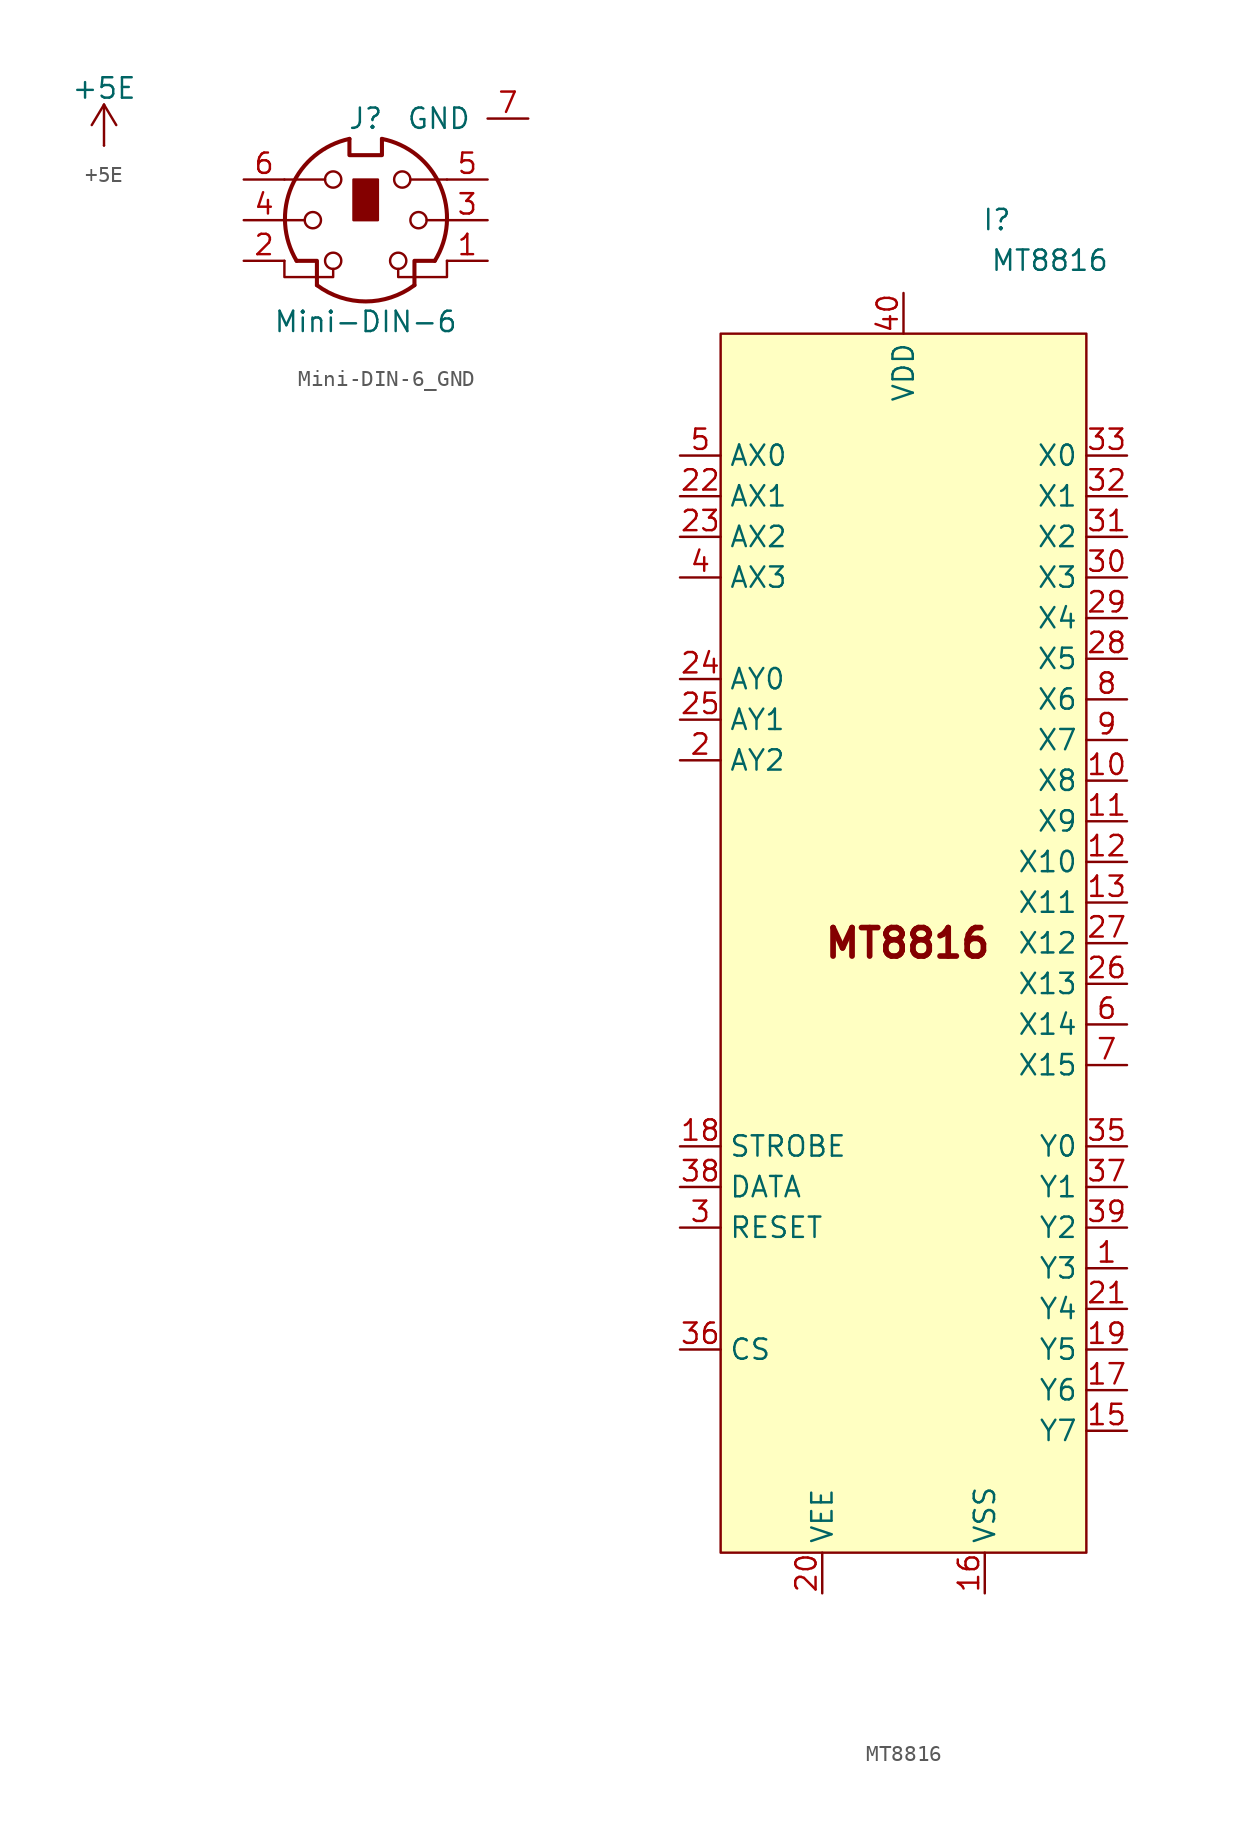
<source format=kicad_sym>
(kicad_symbol_lib
  (version 20241209)
  (generator "kicad_symbol_editor")
  (generator_version "9.0")
  (symbol "+5E"
    (power)
    (pin_numbers
      (hide yes))
    (pin_names
      (offset 0)
      (hide yes))
    (property "Reference" "#PWR"
      (at 0 -3.81 0)
      (effects (font (size 1.27 1.27)) (hide yes)))
    (property "Value" "+5E"
      (at 0 3.556 0)
      (effects (font (size 1.27 1.27))))
    (symbol "+5E_0_1"
      (polyline (pts (xy -0.762 1.27) (xy 0 2.54)) (stroke (width 0) (type default)) (fill (type none)))
      (polyline (pts (xy 0 2.54) (xy 0.762 1.27)) (stroke (width 0) (type default)) (fill (type none)))
      (polyline (pts (xy 0 0) (xy 0 2.54)) (stroke (width 0) (type default)) (fill (type none))))
    (symbol "+5E_1_1"
      (pin power_in line (at 0 0 90) (length 0) (name "~" (effects (font (size 1.27 1.27)))) (number "1" (effects (font (size 1.27 1.27)))))))
  (symbol "Mini-DIN-6_GND"
    (pin_names
      (offset 1.016))
    (property "Reference" "J"
      (at 0 6.35 0)
      (effects (font (size 1.27 1.27))))
    (property "Value" "Mini-DIN-6"
      (at 0 -6.35 0)
      (effects (font (size 1.27 1.27))))
    (symbol "Mini-DIN-6_GND_0_1"
      (polyline (pts (xy -4.318 -2.54) (xy -3.048 -2.54) (xy -3.048 -4.064)) (stroke (width 0.254) (type default)) (fill (type none)))
      (polyline (pts (xy -3.81 0) (xy -5.08 0)) (stroke (width 0) (type default)) (fill (type none)))
      (circle (center -3.302 0) (radius 0.508) (stroke (width 0) (type default)) (fill (type none)))
      (polyline (pts (xy -2.54 2.54) (xy -5.08 2.54)) (stroke (width 0) (type default)) (fill (type none)))
      (circle (center -2.032 2.54) (radius 0.508) (stroke (width 0) (type default)) (fill (type none)))
      (circle (center -2.032 -2.54) (radius 0.508) (stroke (width 0) (type default)) (fill (type none)))
      (polyline (pts (xy -2.032 -3.048) (xy -2.032 -3.556) (xy -5.08 -3.556) (xy -5.08 -2.54)) (stroke (width 0) (type default)) (fill (type none)))
      (polyline (pts (xy -1.016 5.08) (xy -1.016 4.064) (xy 1.016 4.064) (xy 1.016 5.08)) (stroke (width 0.254) (type default)) (fill (type none)))
      (rectangle (start -0.762 2.54) (end 0.762 0) (stroke (width 0) (type default)) (fill (type outline)))
      (arc (start 3.048 -4.064) (mid 0 -5.08) (end -3.048 -4.064) (stroke (width 0.254) (type default)) (fill (type none)))
      (arc (start 1.016 5.08) (mid 4.6646 2.1356) (end 4.318 -2.54) (stroke (width 0.254) (type default)) (fill (type none)))
      (arc (start -4.318 -2.54) (mid -4.6241 2.1181) (end -1.016 5.08) (stroke (width 0.254) (type default)) (fill (type none)))
      (circle (center 2.032 -2.54) (radius 0.508) (stroke (width 0) (type default)) (fill (type none)))
      (polyline (pts (xy 2.032 -3.048) (xy 2.032 -3.556) (xy 5.08 -3.556) (xy 5.08 -2.54)) (stroke (width 0) (type default)) (fill (type none)))
      (circle (center 2.286 2.54) (radius 0.508) (stroke (width 0) (type default)) (fill (type none)))
      (polyline (pts (xy 2.794 2.54) (xy 5.08 2.54)) (stroke (width 0) (type default)) (fill (type none)))
      (circle (center 3.302 0) (radius 0.508) (stroke (width 0) (type default)) (fill (type none)))
      (polyline (pts (xy 4.318 -2.54) (xy 3.048 -2.54) (xy 3.048 -4.064)) (stroke (width 0.254) (type default)) (fill (type none)))
      (polyline (pts (xy 5.08 0) (xy 3.81 0)) (stroke (width 0) (type default)) (fill (type none))))
    (symbol "Mini-DIN-6_GND_1_1"
      (pin passive line (at -7.62 2.54 0) (length 2.54) (name "~" (effects (font (size 1.27 1.27)))) (number "6" (effects (font (size 1.27 1.27)))))
      (pin passive line (at -7.62 0 0) (length 2.54) (name "~" (effects (font (size 1.27 1.27)))) (number "4" (effects (font (size 1.27 1.27)))))
      (pin passive line (at -7.62 -2.54 0) (length 2.54) (name "~" (effects (font (size 1.27 1.27)))) (number "2" (effects (font (size 1.27 1.27)))))
      (pin passive line (at 7.62 2.54 180) (length 2.54) (name "~" (effects (font (size 1.27 1.27)))) (number "5" (effects (font (size 1.27 1.27)))))
      (pin passive line (at 7.62 0 180) (length 2.54) (name "~" (effects (font (size 1.27 1.27)))) (number "3" (effects (font (size 1.27 1.27)))))
      (pin passive line (at 7.62 -2.54 180) (length 2.54) (name "~" (effects (font (size 1.27 1.27)))) (number "1" (effects (font (size 1.27 1.27)))))
      (pin power_in line (at 10.16 6.35 180) (length 2.54) (name "GND" (effects (font (size 1.27 1.27)))) (number "7" (effects (font (size 1.27 1.27)))))))
  (symbol "MT8816"
    (property "Reference" "I"
      (at 5.842 45.212 0)
      (effects (font (size 1.27 1.27))))
    (property "Value" "MT8816"
      (at 9.144 42.672 0)
      (effects (font (size 1.27 1.27))))
    (symbol "MT8816_0_0"
      (pin input line (at -13.97 30.48 0) (length 2.54) (name "AX0" (effects (font (size 1.27 1.27)))) (number "5" (effects (font (size 1.27 1.27)))))
      (pin input line (at -13.97 27.94 0) (length 2.54) (name "AX1" (effects (font (size 1.27 1.27)))) (number "22" (effects (font (size 1.27 1.27)))))
      (pin input line (at -13.97 25.4 0) (length 2.54) (name "AX2" (effects (font (size 1.27 1.27)))) (number "23" (effects (font (size 1.27 1.27)))))
      (pin input line (at -13.97 22.86 0) (length 2.54) (name "AX3" (effects (font (size 1.27 1.27)))) (number "4" (effects (font (size 1.27 1.27)))))
      (pin input line (at -13.97 16.51 0) (length 2.54) (name "AY0" (effects (font (size 1.27 1.27)))) (number "24" (effects (font (size 1.27 1.27)))))
      (pin input line (at -13.97 13.97 0) (length 2.54) (name "AY1" (effects (font (size 1.27 1.27)))) (number "25" (effects (font (size 1.27 1.27)))))
      (pin input line (at -13.97 11.43 0) (length 2.54) (name "AY2" (effects (font (size 1.27 1.27)))) (number "2" (effects (font (size 1.27 1.27)))))
      (pin input line (at -13.97 -12.7 0) (length 2.54) (name "STROBE" (effects (font (size 1.27 1.27)))) (number "18" (effects (font (size 1.27 1.27)))))
      (pin input line (at -13.97 -15.24 0) (length 2.54) (name "DATA" (effects (font (size 1.27 1.27)))) (number "38" (effects (font (size 1.27 1.27)))))
      (pin input line (at -13.97 -17.78 0) (length 2.54) (name "RESET" (effects (font (size 1.27 1.27)))) (number "3" (effects (font (size 1.27 1.27)))))
      (pin input line (at -13.97 -25.4 0) (length 2.54) (name "CS" (effects (font (size 1.27 1.27)))) (number "36" (effects (font (size 1.27 1.27)))))
      (pin power_in line (at -5.08 -40.64 90) (length 2.54) (name "VEE" (effects (font (size 1.27 1.27)))) (number "20" (effects (font (size 1.27 1.27)))))
      (pin power_in line (at 0 40.64 270) (length 2.54) (name "VDD" (effects (font (size 1.27 1.27)))) (number "40" (effects (font (size 1.27 1.27)))))
      (pin power_in line (at 5.08 -40.64 90) (length 2.54) (name "VSS" (effects (font (size 1.27 1.27)))) (number "16" (effects (font (size 1.27 1.27)))))
      (pin bidirectional line (at 13.97 30.48 180) (length 2.54) (name "X0" (effects (font (size 1.27 1.27)))) (number "33" (effects (font (size 1.27 1.27)))))
      (pin bidirectional line (at 13.97 27.94 180) (length 2.54) (name "X1" (effects (font (size 1.27 1.27)))) (number "32" (effects (font (size 1.27 1.27)))))
      (pin bidirectional line (at 13.97 25.4 180) (length 2.54) (name "X2" (effects (font (size 1.27 1.27)))) (number "31" (effects (font (size 1.27 1.27)))))
      (pin bidirectional line (at 13.97 22.86 180) (length 2.54) (name "X3" (effects (font (size 1.27 1.27)))) (number "30" (effects (font (size 1.27 1.27)))))
      (pin bidirectional line (at 13.97 20.32 180) (length 2.54) (name "X4" (effects (font (size 1.27 1.27)))) (number "29" (effects (font (size 1.27 1.27)))))
      (pin bidirectional line (at 13.97 17.78 180) (length 2.54) (name "X5" (effects (font (size 1.27 1.27)))) (number "28" (effects (font (size 1.27 1.27)))))
      (pin bidirectional line (at 13.97 15.24 180) (length 2.54) (name "X6" (effects (font (size 1.27 1.27)))) (number "8" (effects (font (size 1.27 1.27)))))
      (pin bidirectional line (at 13.97 12.7 180) (length 2.54) (name "X7" (effects (font (size 1.27 1.27)))) (number "9" (effects (font (size 1.27 1.27)))))
      (pin bidirectional line (at 13.97 10.16 180) (length 2.54) (name "X8" (effects (font (size 1.27 1.27)))) (number "10" (effects (font (size 1.27 1.27)))))
      (pin bidirectional line (at 13.97 7.62 180) (length 2.54) (name "X9" (effects (font (size 1.27 1.27)))) (number "11" (effects (font (size 1.27 1.27)))))
      (pin bidirectional line (at 13.97 5.08 180) (length 2.54) (name "X10" (effects (font (size 1.27 1.27)))) (number "12" (effects (font (size 1.27 1.27)))))
      (pin bidirectional line (at 13.97 2.54 180) (length 2.54) (name "X11" (effects (font (size 1.27 1.27)))) (number "13" (effects (font (size 1.27 1.27)))))
      (pin bidirectional line (at 13.97 0 180) (length 2.54) (name "X12" (effects (font (size 1.27 1.27)))) (number "27" (effects (font (size 1.27 1.27)))))
      (pin bidirectional line (at 13.97 -2.54 180) (length 2.54) (name "X13" (effects (font (size 1.27 1.27)))) (number "26" (effects (font (size 1.27 1.27)))))
      (pin bidirectional line (at 13.97 -5.08 180) (length 2.54) (name "X14" (effects (font (size 1.27 1.27)))) (number "6" (effects (font (size 1.27 1.27)))))
      (pin bidirectional line (at 13.97 -7.62 180) (length 2.54) (name "X15" (effects (font (size 1.27 1.27)))) (number "7" (effects (font (size 1.27 1.27)))))
      (pin bidirectional line (at 13.97 -12.7 180) (length 2.54) (name "Y0" (effects (font (size 1.27 1.27)))) (number "35" (effects (font (size 1.27 1.27)))))
      (pin bidirectional line (at 13.97 -15.24 180) (length 2.54) (name "Y1" (effects (font (size 1.27 1.27)))) (number "37" (effects (font (size 1.27 1.27)))))
      (pin bidirectional line (at 13.97 -17.78 180) (length 2.54) (name "Y2" (effects (font (size 1.27 1.27)))) (number "39" (effects (font (size 1.27 1.27)))))
      (pin bidirectional line (at 13.97 -20.32 180) (length 2.54) (name "Y3" (effects (font (size 1.27 1.27)))) (number "1" (effects (font (size 1.27 1.27)))))
      (pin bidirectional line (at 13.97 -22.86 180) (length 2.54) (name "Y4" (effects (font (size 1.27 1.27)))) (number "21" (effects (font (size 1.27 1.27)))))
      (pin bidirectional line (at 13.97 -25.4 180) (length 2.54) (name "Y5" (effects (font (size 1.27 1.27)))) (number "19" (effects (font (size 1.27 1.27)))))
      (pin bidirectional line (at 13.97 -27.94 180) (length 2.54) (name "Y6" (effects (font (size 1.27 1.27)))) (number "17" (effects (font (size 1.27 1.27)))))
      (pin bidirectional line (at 13.97 -30.48 180) (length 2.54) (name "Y7" (effects (font (size 1.27 1.27)))) (number "15" (effects (font (size 1.27 1.27))))))
    (symbol "MT8816_1_0"
      (pin no_connect line (at -13.97 0 0) (length 2.54) (hide yes) (name "N/C" (effects (font (size 1.27 1.27)))) (number "34" (effects (font (size 1.27 1.27)))))
      (pin no_connect line (at -13.97 -2.54 0) (length 2.54) (hide yes) (name "N/C" (effects (font (size 1.27 1.27)))) (number "14" (effects (font (size 1.27 1.27))))))
    (symbol "MT8816_1_1"
      (rectangle (start -11.43 38.1) (end 11.43 -38.1) (stroke (width 0) (type solid)) (fill (type background)))
      (text "MT8816" (at 0.254 0 0) (effects (font (size 1.778 1.778) (thickness 0.356) (bold yes)))))))
</source>
